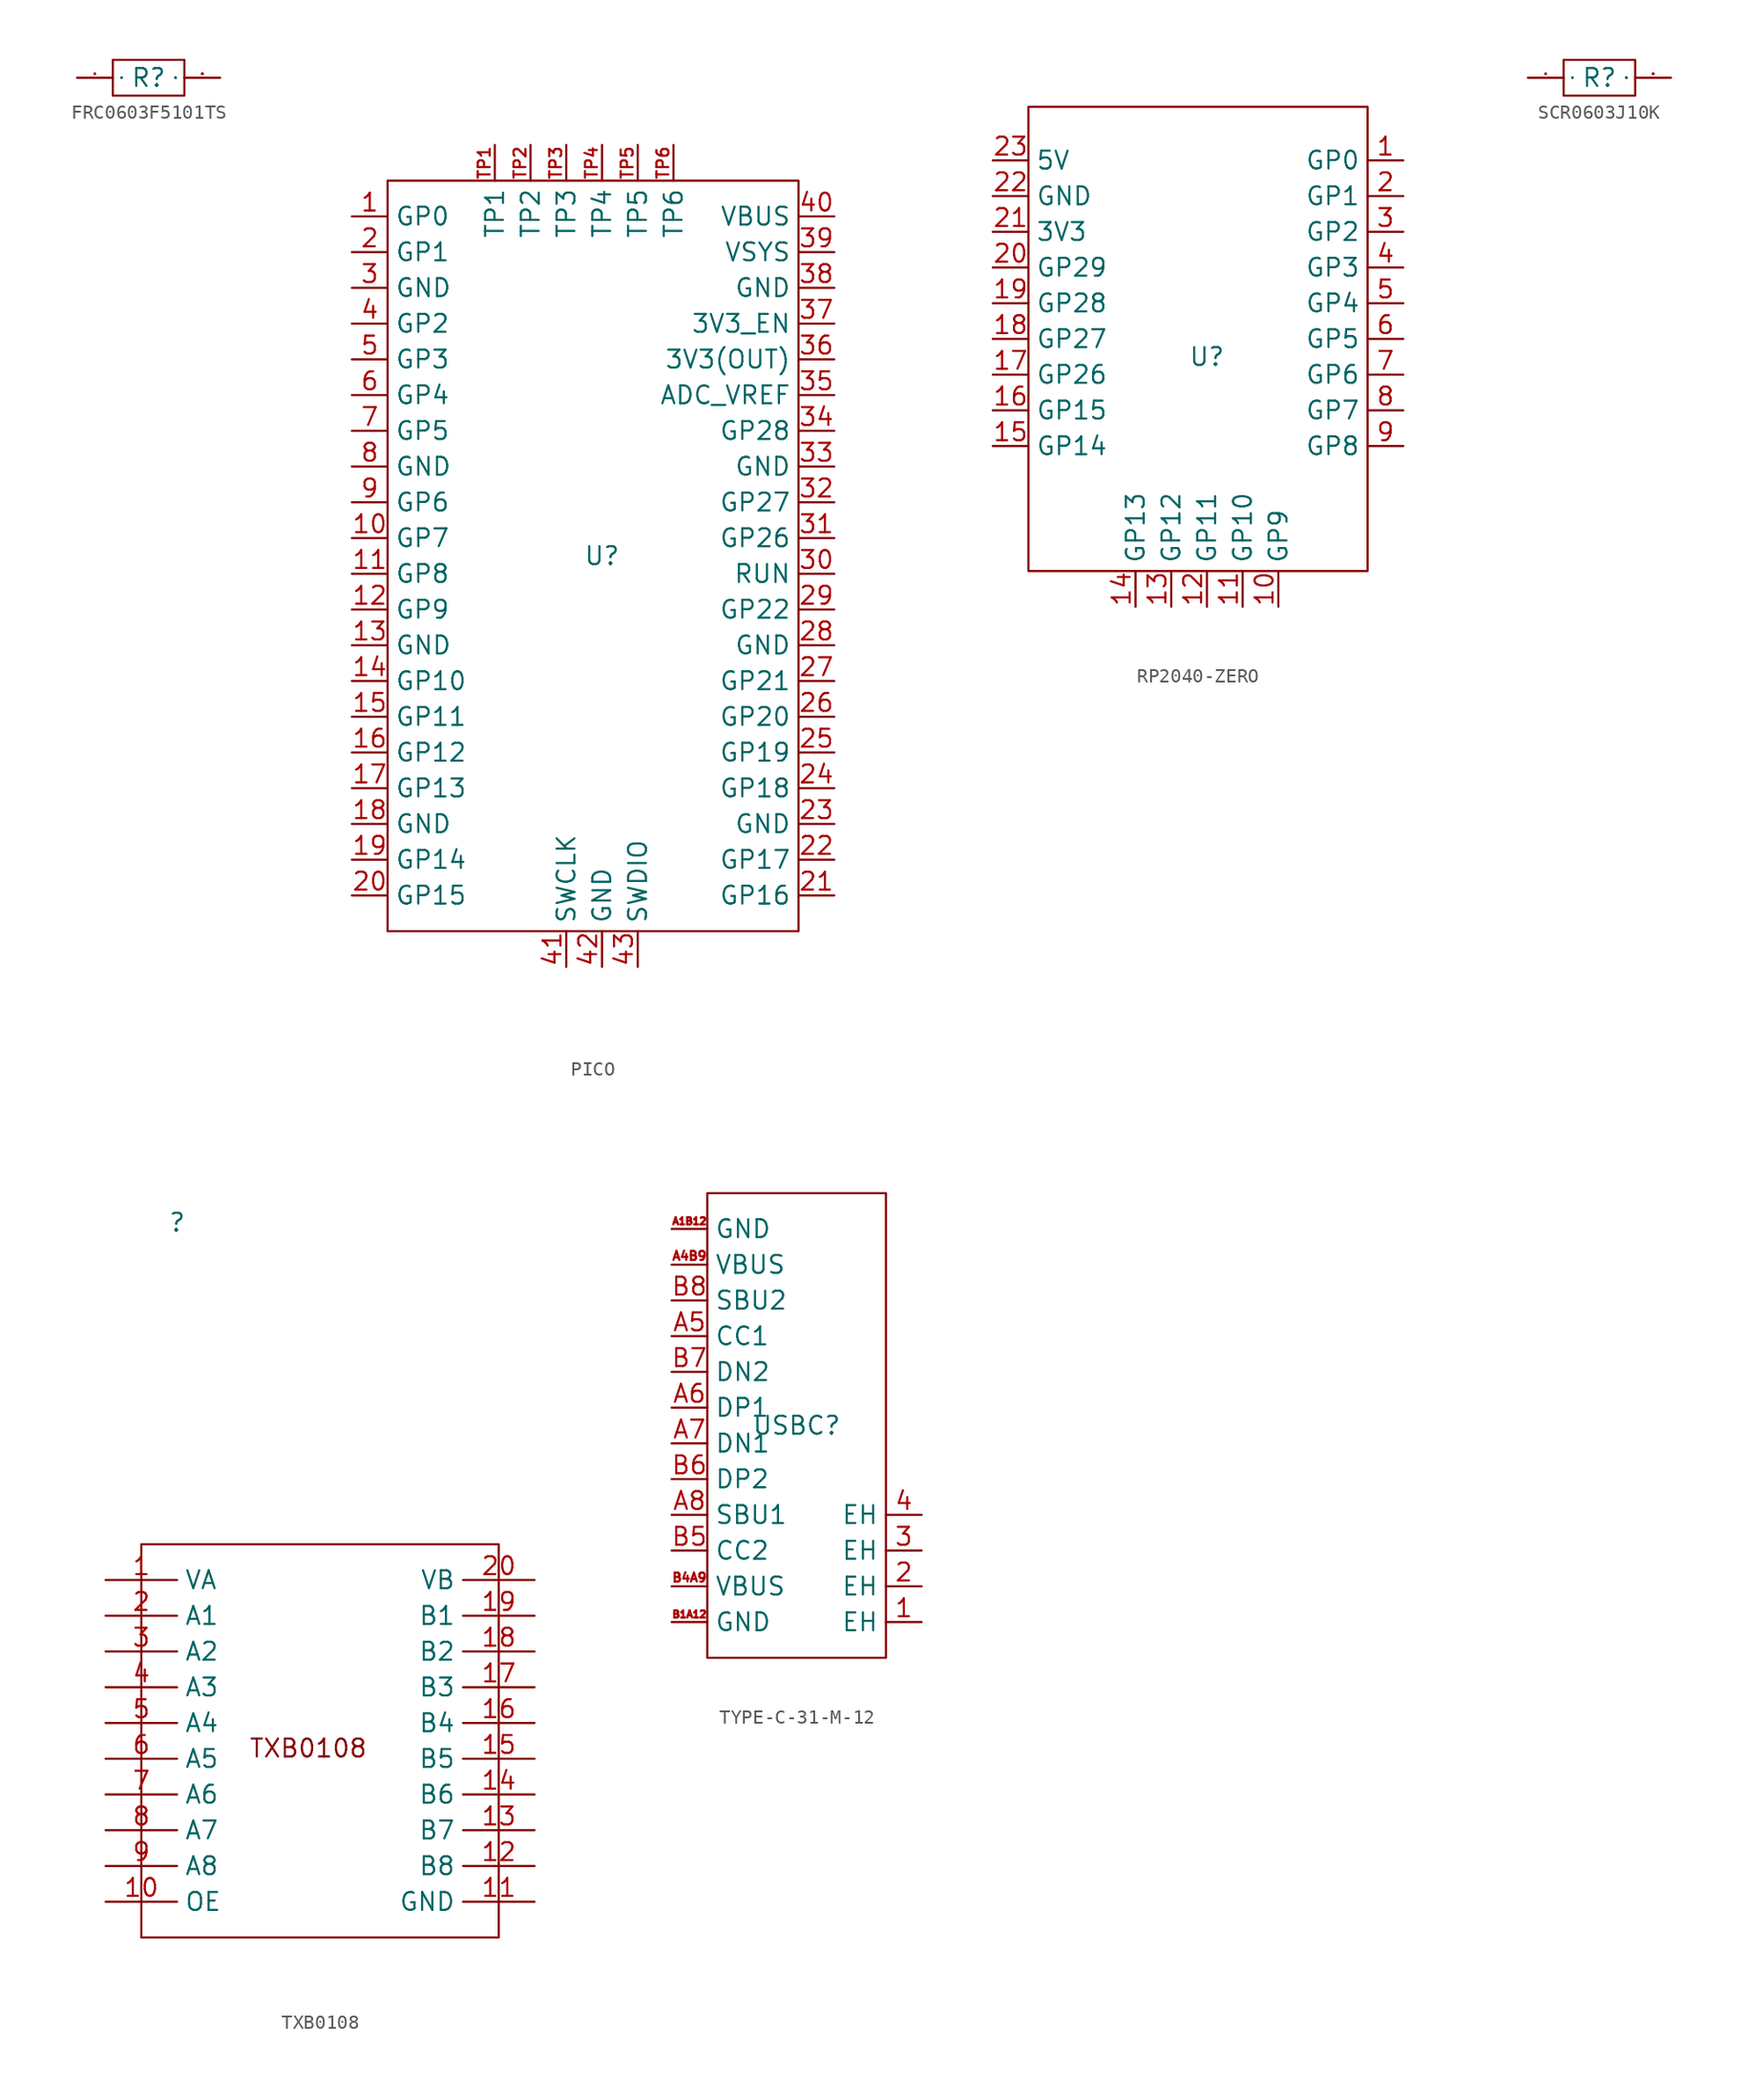
<source format=kicad_sym>
(kicad_symbol_lib
  (version 20241209)
  (generator "kicad_symbol_editor")
  (generator_version "9.0")
  (symbol "FRC0603F5101TS"
    (property "Reference" "R"
      (at 0 0 0)
      (effects (font (size 1.27 1.27))))
    (symbol "FRC0603F5101TS_1_0"
      (rectangle (start -2.54 -1.27) (end 2.54 1.27) (stroke (width 0) (type default)) (fill (type none)))
      (pin unspecified line (at -5.08 0 0) (length 2.54) (name "1" (effects (font (size 0.025 0.025)))) (number "1" (effects (font (size 0.025 0.025)))))
      (pin unspecified line (at 5.08 0 180) (length 2.54) (name "2" (effects (font (size 0.025 0.025)))) (number "2" (effects (font (size 0.025 0.025)))))))
  (symbol "PICO"
    (property "Reference" "U"
      (at 0 0 0)
      (effects (font (size 1.27 1.27))))
    (property "Value" ""
      (at 0 0 0)
      (effects (font (size 1.27 1.27))))
    (symbol "PICO_1_0"
      (rectangle (start -15.24 26.67) (end 13.97 -26.67) (stroke (width 0) (type default)) (fill (type none)))
      (pin unspecified line (at -17.78 24.13 0) (length 2.54) (name "GP0" (effects (font (size 1.27 1.27)))) (number "1" (effects (font (size 1.27 1.27)))))
      (pin unspecified line (at -17.78 21.59 0) (length 2.54) (name "GP1" (effects (font (size 1.27 1.27)))) (number "2" (effects (font (size 1.27 1.27)))))
      (pin unspecified line (at -17.78 19.05 0) (length 2.54) (name "GND" (effects (font (size 1.27 1.27)))) (number "3" (effects (font (size 1.27 1.27)))))
      (pin unspecified line (at -17.78 16.51 0) (length 2.54) (name "GP2" (effects (font (size 1.27 1.27)))) (number "4" (effects (font (size 1.27 1.27)))))
      (pin unspecified line (at -17.78 13.97 0) (length 2.54) (name "GP3" (effects (font (size 1.27 1.27)))) (number "5" (effects (font (size 1.27 1.27)))))
      (pin unspecified line (at -17.78 11.43 0) (length 2.54) (name "GP4" (effects (font (size 1.27 1.27)))) (number "6" (effects (font (size 1.27 1.27)))))
      (pin unspecified line (at -17.78 8.89 0) (length 2.54) (name "GP5" (effects (font (size 1.27 1.27)))) (number "7" (effects (font (size 1.27 1.27)))))
      (pin unspecified line (at -17.78 6.35 0) (length 2.54) (name "GND" (effects (font (size 1.27 1.27)))) (number "8" (effects (font (size 1.27 1.27)))))
      (pin unspecified line (at -17.78 3.81 0) (length 2.54) (name "GP6" (effects (font (size 1.27 1.27)))) (number "9" (effects (font (size 1.27 1.27)))))
      (pin unspecified line (at -17.78 1.27 0) (length 2.54) (name "GP7" (effects (font (size 1.27 1.27)))) (number "10" (effects (font (size 1.27 1.27)))))
      (pin unspecified line (at -17.78 -1.27 0) (length 2.54) (name "GP8" (effects (font (size 1.27 1.27)))) (number "11" (effects (font (size 1.27 1.27)))))
      (pin unspecified line (at -17.78 -3.81 0) (length 2.54) (name "GP9" (effects (font (size 1.27 1.27)))) (number "12" (effects (font (size 1.27 1.27)))))
      (pin unspecified line (at -17.78 -6.35 0) (length 2.54) (name "GND" (effects (font (size 1.27 1.27)))) (number "13" (effects (font (size 1.27 1.27)))))
      (pin unspecified line (at -17.78 -8.89 0) (length 2.54) (name "GP10" (effects (font (size 1.27 1.27)))) (number "14" (effects (font (size 1.27 1.27)))))
      (pin unspecified line (at -17.78 -11.43 0) (length 2.54) (name "GP11" (effects (font (size 1.27 1.27)))) (number "15" (effects (font (size 1.27 1.27)))))
      (pin unspecified line (at -17.78 -13.97 0) (length 2.54) (name "GP12" (effects (font (size 1.27 1.27)))) (number "16" (effects (font (size 1.27 1.27)))))
      (pin unspecified line (at -17.78 -16.51 0) (length 2.54) (name "GP13" (effects (font (size 1.27 1.27)))) (number "17" (effects (font (size 1.27 1.27)))))
      (pin unspecified line (at -17.78 -19.05 0) (length 2.54) (name "GND" (effects (font (size 1.27 1.27)))) (number "18" (effects (font (size 1.27 1.27)))))
      (pin unspecified line (at -17.78 -21.59 0) (length 2.54) (name "GP14" (effects (font (size 1.27 1.27)))) (number "19" (effects (font (size 1.27 1.27)))))
      (pin unspecified line (at -17.78 -24.13 0) (length 2.54) (name "GP15" (effects (font (size 1.27 1.27)))) (number "20" (effects (font (size 1.27 1.27)))))
      (pin unspecified line (at -7.62 29.21 270) (length 2.54) (name "TP1" (effects (font (size 1.27 1.27)))) (number "TP1" (effects (font (size 0.847 0.847)))))
      (pin unspecified line (at -5.08 29.21 270) (length 2.54) (name "TP2" (effects (font (size 1.27 1.27)))) (number "TP2" (effects (font (size 0.847 0.847)))))
      (pin unspecified line (at -2.54 29.21 270) (length 2.54) (name "TP3" (effects (font (size 1.27 1.27)))) (number "TP3" (effects (font (size 0.847 0.847)))))
      (pin unspecified line (at -2.54 -29.21 90) (length 2.54) (name "SWCLK" (effects (font (size 1.27 1.27)))) (number "41" (effects (font (size 1.27 1.27)))))
      (pin unspecified line (at 0 29.21 270) (length 2.54) (name "TP4" (effects (font (size 1.27 1.27)))) (number "TP4" (effects (font (size 0.847 0.847)))))
      (pin unspecified line (at 0 -29.21 90) (length 2.54) (name "GND" (effects (font (size 1.27 1.27)))) (number "42" (effects (font (size 1.27 1.27)))))
      (pin unspecified line (at 2.54 29.21 270) (length 2.54) (name "TP5" (effects (font (size 1.27 1.27)))) (number "TP5" (effects (font (size 0.847 0.847)))))
      (pin unspecified line (at 2.54 -29.21 90) (length 2.54) (name "SWDIO" (effects (font (size 1.27 1.27)))) (number "43" (effects (font (size 1.27 1.27)))))
      (pin unspecified line (at 5.08 29.21 270) (length 2.54) (name "TP6" (effects (font (size 1.27 1.27)))) (number "TP6" (effects (font (size 0.847 0.847)))))
      (pin unspecified line (at 16.51 24.13 180) (length 2.54) (name "VBUS" (effects (font (size 1.27 1.27)))) (number "40" (effects (font (size 1.27 1.27)))))
      (pin unspecified line (at 16.51 21.59 180) (length 2.54) (name "VSYS" (effects (font (size 1.27 1.27)))) (number "39" (effects (font (size 1.27 1.27)))))
      (pin unspecified line (at 16.51 19.05 180) (length 2.54) (name "GND" (effects (font (size 1.27 1.27)))) (number "38" (effects (font (size 1.27 1.27)))))
      (pin unspecified line (at 16.51 16.51 180) (length 2.54) (name "3V3_EN" (effects (font (size 1.27 1.27)))) (number "37" (effects (font (size 1.27 1.27)))))
      (pin unspecified line (at 16.51 13.97 180) (length 2.54) (name "3V3(OUT)" (effects (font (size 1.27 1.27)))) (number "36" (effects (font (size 1.27 1.27)))))
      (pin unspecified line (at 16.51 11.43 180) (length 2.54) (name "ADC_VREF" (effects (font (size 1.27 1.27)))) (number "35" (effects (font (size 1.27 1.27)))))
      (pin unspecified line (at 16.51 8.89 180) (length 2.54) (name "GP28" (effects (font (size 1.27 1.27)))) (number "34" (effects (font (size 1.27 1.27)))))
      (pin unspecified line (at 16.51 6.35 180) (length 2.54) (name "GND" (effects (font (size 1.27 1.27)))) (number "33" (effects (font (size 1.27 1.27)))))
      (pin unspecified line (at 16.51 3.81 180) (length 2.54) (name "GP27" (effects (font (size 1.27 1.27)))) (number "32" (effects (font (size 1.27 1.27)))))
      (pin unspecified line (at 16.51 1.27 180) (length 2.54) (name "GP26" (effects (font (size 1.27 1.27)))) (number "31" (effects (font (size 1.27 1.27)))))
      (pin unspecified line (at 16.51 -1.27 180) (length 2.54) (name "RUN" (effects (font (size 1.27 1.27)))) (number "30" (effects (font (size 1.27 1.27)))))
      (pin unspecified line (at 16.51 -3.81 180) (length 2.54) (name "GP22" (effects (font (size 1.27 1.27)))) (number "29" (effects (font (size 1.27 1.27)))))
      (pin unspecified line (at 16.51 -6.35 180) (length 2.54) (name "GND" (effects (font (size 1.27 1.27)))) (number "28" (effects (font (size 1.27 1.27)))))
      (pin unspecified line (at 16.51 -8.89 180) (length 2.54) (name "GP21" (effects (font (size 1.27 1.27)))) (number "27" (effects (font (size 1.27 1.27)))))
      (pin unspecified line (at 16.51 -11.43 180) (length 2.54) (name "GP20" (effects (font (size 1.27 1.27)))) (number "26" (effects (font (size 1.27 1.27)))))
      (pin unspecified line (at 16.51 -13.97 180) (length 2.54) (name "GP19" (effects (font (size 1.27 1.27)))) (number "25" (effects (font (size 1.27 1.27)))))
      (pin unspecified line (at 16.51 -16.51 180) (length 2.54) (name "GP18" (effects (font (size 1.27 1.27)))) (number "24" (effects (font (size 1.27 1.27)))))
      (pin unspecified line (at 16.51 -19.05 180) (length 2.54) (name "GND" (effects (font (size 1.27 1.27)))) (number "23" (effects (font (size 1.27 1.27)))))
      (pin unspecified line (at 16.51 -21.59 180) (length 2.54) (name "GP17" (effects (font (size 1.27 1.27)))) (number "22" (effects (font (size 1.27 1.27)))))
      (pin unspecified line (at 16.51 -24.13 180) (length 2.54) (name "GP16" (effects (font (size 1.27 1.27)))) (number "21" (effects (font (size 1.27 1.27)))))))
  (symbol "RP2040-ZERO"
    (property "Reference" "U"
      (at 0 0 0)
      (effects (font (size 1.27 1.27))))
    (property "Value" ""
      (at 0 0 0)
      (effects (font (size 1.27 1.27))))
    (symbol "RP2040-ZERO_1_0"
      (rectangle (start -12.7 -15.24) (end 11.43 17.78) (stroke (width 0) (type default)) (fill (type none)))
      (pin input line (at -15.24 13.97 0) (length 2.54) (name "5V" (effects (font (size 1.27 1.27)))) (number "23" (effects (font (size 1.27 1.27)))))
      (pin input line (at -15.24 11.43 0) (length 2.54) (name "GND" (effects (font (size 1.27 1.27)))) (number "22" (effects (font (size 1.27 1.27)))))
      (pin input line (at -15.24 8.89 0) (length 2.54) (name "3V3" (effects (font (size 1.27 1.27)))) (number "21" (effects (font (size 1.27 1.27)))))
      (pin input line (at -15.24 6.35 0) (length 2.54) (name "GP29" (effects (font (size 1.27 1.27)))) (number "20" (effects (font (size 1.27 1.27)))))
      (pin input line (at -15.24 3.81 0) (length 2.54) (name "GP28" (effects (font (size 1.27 1.27)))) (number "19" (effects (font (size 1.27 1.27)))))
      (pin input line (at -15.24 1.27 0) (length 2.54) (name "GP27" (effects (font (size 1.27 1.27)))) (number "18" (effects (font (size 1.27 1.27)))))
      (pin input line (at -15.24 -1.27 0) (length 2.54) (name "GP26" (effects (font (size 1.27 1.27)))) (number "17" (effects (font (size 1.27 1.27)))))
      (pin input line (at -15.24 -3.81 0) (length 2.54) (name "GP15" (effects (font (size 1.27 1.27)))) (number "16" (effects (font (size 1.27 1.27)))))
      (pin input line (at -15.24 -6.35 0) (length 2.54) (name "GP14" (effects (font (size 1.27 1.27)))) (number "15" (effects (font (size 1.27 1.27)))))
      (pin input line (at -5.08 -17.78 90) (length 2.54) (name "GP13" (effects (font (size 1.27 1.27)))) (number "14" (effects (font (size 1.27 1.27)))))
      (pin input line (at -2.54 -17.78 90) (length 2.54) (name "GP12" (effects (font (size 1.27 1.27)))) (number "13" (effects (font (size 1.27 1.27)))))
      (pin input line (at 0 -17.78 90) (length 2.54) (name "GP11" (effects (font (size 1.27 1.27)))) (number "12" (effects (font (size 1.27 1.27)))))
      (pin input line (at 2.54 -17.78 90) (length 2.54) (name "GP10" (effects (font (size 1.27 1.27)))) (number "11" (effects (font (size 1.27 1.27)))))
      (pin input line (at 5.08 -17.78 90) (length 2.54) (name "GP9" (effects (font (size 1.27 1.27)))) (number "10" (effects (font (size 1.27 1.27)))))
      (pin input line (at 13.97 13.97 180) (length 2.54) (name "GP0" (effects (font (size 1.27 1.27)))) (number "1" (effects (font (size 1.27 1.27)))))
      (pin input line (at 13.97 11.43 180) (length 2.54) (name "GP1" (effects (font (size 1.27 1.27)))) (number "2" (effects (font (size 1.27 1.27)))))
      (pin input line (at 13.97 8.89 180) (length 2.54) (name "GP2" (effects (font (size 1.27 1.27)))) (number "3" (effects (font (size 1.27 1.27)))))
      (pin input line (at 13.97 6.35 180) (length 2.54) (name "GP3" (effects (font (size 1.27 1.27)))) (number "4" (effects (font (size 1.27 1.27)))))
      (pin input line (at 13.97 3.81 180) (length 2.54) (name "GP4" (effects (font (size 1.27 1.27)))) (number "5" (effects (font (size 1.27 1.27)))))
      (pin input line (at 13.97 1.27 180) (length 2.54) (name "GP5" (effects (font (size 1.27 1.27)))) (number "6" (effects (font (size 1.27 1.27)))))
      (pin input line (at 13.97 -1.27 180) (length 2.54) (name "GP6" (effects (font (size 1.27 1.27)))) (number "7" (effects (font (size 1.27 1.27)))))
      (pin input line (at 13.97 -3.81 180) (length 2.54) (name "GP7" (effects (font (size 1.27 1.27)))) (number "8" (effects (font (size 1.27 1.27)))))
      (pin input line (at 13.97 -6.35 180) (length 2.54) (name "GP8" (effects (font (size 1.27 1.27)))) (number "9" (effects (font (size 1.27 1.27)))))))
  (symbol "SCR0603J10K"
    (property "Reference" "R"
      (at 0 0 0)
      (effects (font (size 1.27 1.27))))
    (symbol "SCR0603J10K_1_0"
      (rectangle (start -2.54 -1.27) (end 2.54 1.27) (stroke (width 0) (type default)) (fill (type none)))
      (pin unspecified line (at -5.08 0 0) (length 2.54) (name "1" (effects (font (size 0.025 0.025)))) (number "1" (effects (font (size 0.025 0.025)))))
      (pin unspecified line (at 5.08 0 180) (length 2.54) (name "2" (effects (font (size 0.025 0.025)))) (number "2" (effects (font (size 0.025 0.025)))))))
  (symbol "TXB0108"
    (property "Reference" ""
      (at 0 0 0)
      (effects (font (size 1.27 1.27))))
    (property "Value" ""
      (at 0 0 0)
      (effects (font (size 1.27 1.27))))
    (symbol "TXB0108_1_0"
      (rectangle (start -2.54 -22.86) (end 22.86 -50.8) (stroke (width 0) (type default)) (fill (type none)))
      (text "TXB0108" (at 5.08 -38.1 0) (effects (font (size 1.27 1.27)) (justify left bottom)))
      (pin input line (at -5.08 -25.4 0) (length 5.08) (name "VA" (effects (font (size 1.27 1.27)))) (number "1" (effects (font (size 1.27 1.27)))))
      (pin input line (at -5.08 -27.94 0) (length 5.08) (name "A1" (effects (font (size 1.27 1.27)))) (number "2" (effects (font (size 1.27 1.27)))))
      (pin input line (at -5.08 -30.48 0) (length 5.08) (name "A2" (effects (font (size 1.27 1.27)))) (number "3" (effects (font (size 1.27 1.27)))))
      (pin input line (at -5.08 -33.02 0) (length 5.08) (name "A3" (effects (font (size 1.27 1.27)))) (number "4" (effects (font (size 1.27 1.27)))))
      (pin input line (at -5.08 -35.56 0) (length 5.08) (name "A4" (effects (font (size 1.27 1.27)))) (number "5" (effects (font (size 1.27 1.27)))))
      (pin input line (at -5.08 -38.1 0) (length 5.08) (name "A5" (effects (font (size 1.27 1.27)))) (number "6" (effects (font (size 1.27 1.27)))))
      (pin input line (at -5.08 -40.64 0) (length 5.08) (name "A6" (effects (font (size 1.27 1.27)))) (number "7" (effects (font (size 1.27 1.27)))))
      (pin input line (at -5.08 -43.18 0) (length 5.08) (name "A7" (effects (font (size 1.27 1.27)))) (number "8" (effects (font (size 1.27 1.27)))))
      (pin input line (at -5.08 -45.72 0) (length 5.08) (name "A8" (effects (font (size 1.27 1.27)))) (number "9" (effects (font (size 1.27 1.27)))))
      (pin input line (at -5.08 -48.26 0) (length 5.08) (name "OE" (effects (font (size 1.27 1.27)))) (number "10" (effects (font (size 1.27 1.27)))))
      (pin input line (at 25.4 -25.4 180) (length 5.08) (name "VB" (effects (font (size 1.27 1.27)))) (number "20" (effects (font (size 1.27 1.27)))))
      (pin input line (at 25.4 -27.94 180) (length 5.08) (name "B1" (effects (font (size 1.27 1.27)))) (number "19" (effects (font (size 1.27 1.27)))))
      (pin input line (at 25.4 -30.48 180) (length 5.08) (name "B2" (effects (font (size 1.27 1.27)))) (number "18" (effects (font (size 1.27 1.27)))))
      (pin input line (at 25.4 -33.02 180) (length 5.08) (name "B3" (effects (font (size 1.27 1.27)))) (number "17" (effects (font (size 1.27 1.27)))))
      (pin input line (at 25.4 -35.56 180) (length 5.08) (name "B4" (effects (font (size 1.27 1.27)))) (number "16" (effects (font (size 1.27 1.27)))))
      (pin input line (at 25.4 -38.1 180) (length 5.08) (name "B5" (effects (font (size 1.27 1.27)))) (number "15" (effects (font (size 1.27 1.27)))))
      (pin input line (at 25.4 -40.64 180) (length 5.08) (name "B6" (effects (font (size 1.27 1.27)))) (number "14" (effects (font (size 1.27 1.27)))))
      (pin input line (at 25.4 -43.18 180) (length 5.08) (name "B7" (effects (font (size 1.27 1.27)))) (number "13" (effects (font (size 1.27 1.27)))))
      (pin input line (at 25.4 -45.72 180) (length 5.08) (name "B8" (effects (font (size 1.27 1.27)))) (number "12" (effects (font (size 1.27 1.27)))))
      (pin input line (at 25.4 -48.26 180) (length 5.08) (name "GND" (effects (font (size 1.27 1.27)))) (number "11" (effects (font (size 1.27 1.27)))))))
  (symbol "TYPE-C-31-M-12"
    (property "Reference" "USBC"
      (at 0 0 0)
      (effects (font (size 1.27 1.27))))
    (property "Value" ""
      (at 0 0 0)
      (effects (font (size 1.27 1.27))))
    (symbol "TYPE-C-31-M-12_1_0"
      (rectangle (start -6.35 16.51) (end 6.35 -16.51) (stroke (width 0) (type default)) (fill (type none)))
      (pin unspecified line (at -8.89 13.97 0) (length 2.54) (name "GND" (effects (font (size 1.27 1.27)))) (number "A1B12" (effects (font (size 0.508 0.508)))))
      (pin unspecified line (at -8.89 11.43 0) (length 2.54) (name "VBUS" (effects (font (size 1.27 1.27)))) (number "A4B9" (effects (font (size 0.635 0.635)))))
      (pin unspecified line (at -8.89 8.89 0) (length 2.54) (name "SBU2" (effects (font (size 1.27 1.27)))) (number "B8" (effects (font (size 1.27 1.27)))))
      (pin unspecified line (at -8.89 6.35 0) (length 2.54) (name "CC1" (effects (font (size 1.27 1.27)))) (number "A5" (effects (font (size 1.27 1.27)))))
      (pin unspecified line (at -8.89 3.81 0) (length 2.54) (name "DN2" (effects (font (size 1.27 1.27)))) (number "B7" (effects (font (size 1.27 1.27)))))
      (pin unspecified line (at -8.89 1.27 0) (length 2.54) (name "DP1" (effects (font (size 1.27 1.27)))) (number "A6" (effects (font (size 1.27 1.27)))))
      (pin unspecified line (at -8.89 -1.27 0) (length 2.54) (name "DN1" (effects (font (size 1.27 1.27)))) (number "A7" (effects (font (size 1.27 1.27)))))
      (pin unspecified line (at -8.89 -3.81 0) (length 2.54) (name "DP2" (effects (font (size 1.27 1.27)))) (number "B6" (effects (font (size 1.27 1.27)))))
      (pin unspecified line (at -8.89 -6.35 0) (length 2.54) (name "SBU1" (effects (font (size 1.27 1.27)))) (number "A8" (effects (font (size 1.27 1.27)))))
      (pin unspecified line (at -8.89 -8.89 0) (length 2.54) (name "CC2" (effects (font (size 1.27 1.27)))) (number "B5" (effects (font (size 1.27 1.27)))))
      (pin unspecified line (at -8.89 -11.43 0) (length 2.54) (name "VBUS" (effects (font (size 1.27 1.27)))) (number "B4A9" (effects (font (size 0.635 0.635)))))
      (pin unspecified line (at -8.89 -13.97 0) (length 2.54) (name "GND" (effects (font (size 1.27 1.27)))) (number "B1A12" (effects (font (size 0.508 0.508)))))
      (pin unspecified line (at 8.89 -6.35 180) (length 2.54) (name "EH" (effects (font (size 1.27 1.27)))) (number "4" (effects (font (size 1.27 1.27)))))
      (pin unspecified line (at 8.89 -8.89 180) (length 2.54) (name "EH" (effects (font (size 1.27 1.27)))) (number "3" (effects (font (size 1.27 1.27)))))
      (pin unspecified line (at 8.89 -11.43 180) (length 2.54) (name "EH" (effects (font (size 1.27 1.27)))) (number "2" (effects (font (size 1.27 1.27)))))
      (pin unspecified line (at 8.89 -13.97 180) (length 2.54) (name "EH" (effects (font (size 1.27 1.27)))) (number "1" (effects (font (size 1.27 1.27))))))))
</source>
